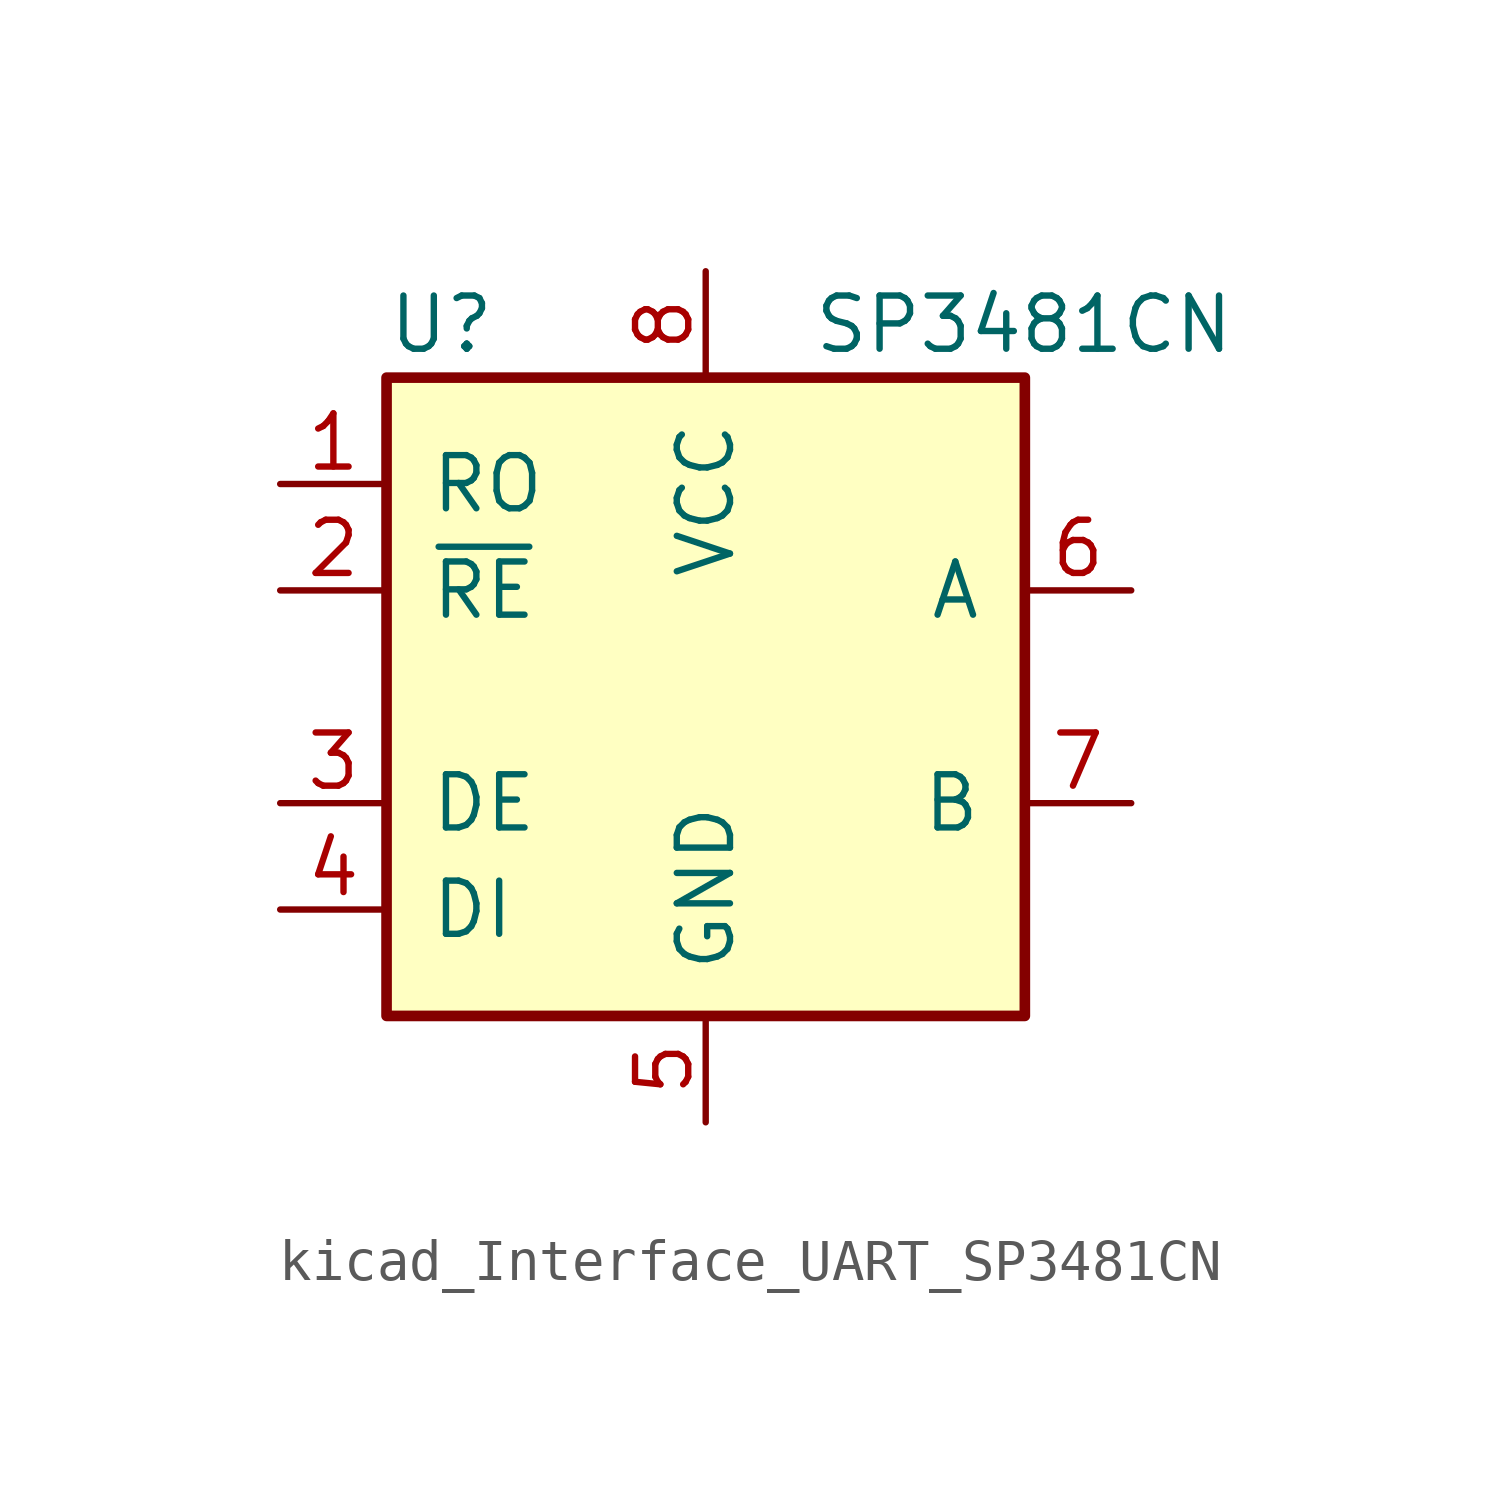
<source format=kicad_sym>
(kicad_symbol_lib
  (version 20220914)
  (generator kicad_symbol_editor)
  (symbol "kicad_Interface_UART_SP3481CN"
    (pin_names
      (offset 1.016))
    (property "Reference" "U"
      (at -7.62 8.89 0)
      (effects (font (size 1.27 1.27)) (justify left)))
    (property "Value" "SP3481CN"
      (at 2.54 8.89 0)
      (effects (font (size 1.27 1.27)) (justify left)))
    (symbol "kicad_Interface_UART_SP3481CN_0_1"
      (rectangle (start -7.62 7.62) (end 7.62 -7.62) (stroke (width 0.254) (type default)) (fill (type background))))
    (symbol "kicad_Interface_UART_SP3481CN_1_1"
      (pin output line (at -10.16 5.08 0) (length 2.54) (name "RO" (effects (font (size 1.27 1.27)))) (number "1" (effects (font (size 1.27 1.27)))))
      (pin input line (at -10.16 2.54 0) (length 2.54) (name "~{RE}" (effects (font (size 1.27 1.27)))) (number "2" (effects (font (size 1.27 1.27)))))
      (pin input line (at -10.16 -2.54 0) (length 2.54) (name "DE" (effects (font (size 1.27 1.27)))) (number "3" (effects (font (size 1.27 1.27)))))
      (pin input line (at -10.16 -5.08 0) (length 2.54) (name "DI" (effects (font (size 1.27 1.27)))) (number "4" (effects (font (size 1.27 1.27)))))
      (pin power_in line (at 0 -10.16 90) (length 2.54) (name "GND" (effects (font (size 1.27 1.27)))) (number "5" (effects (font (size 1.27 1.27)))))
      (pin bidirectional line (at 10.16 2.54 180) (length 2.54) (name "A" (effects (font (size 1.27 1.27)))) (number "6" (effects (font (size 1.27 1.27)))))
      (pin bidirectional line (at 10.16 -2.54 180) (length 2.54) (name "B" (effects (font (size 1.27 1.27)))) (number "7" (effects (font (size 1.27 1.27)))))
      (pin power_in line (at 0 10.16 270) (length 2.54) (name "VCC" (effects (font (size 1.27 1.27)))) (number "8" (effects (font (size 1.27 1.27))))))))
</source>
